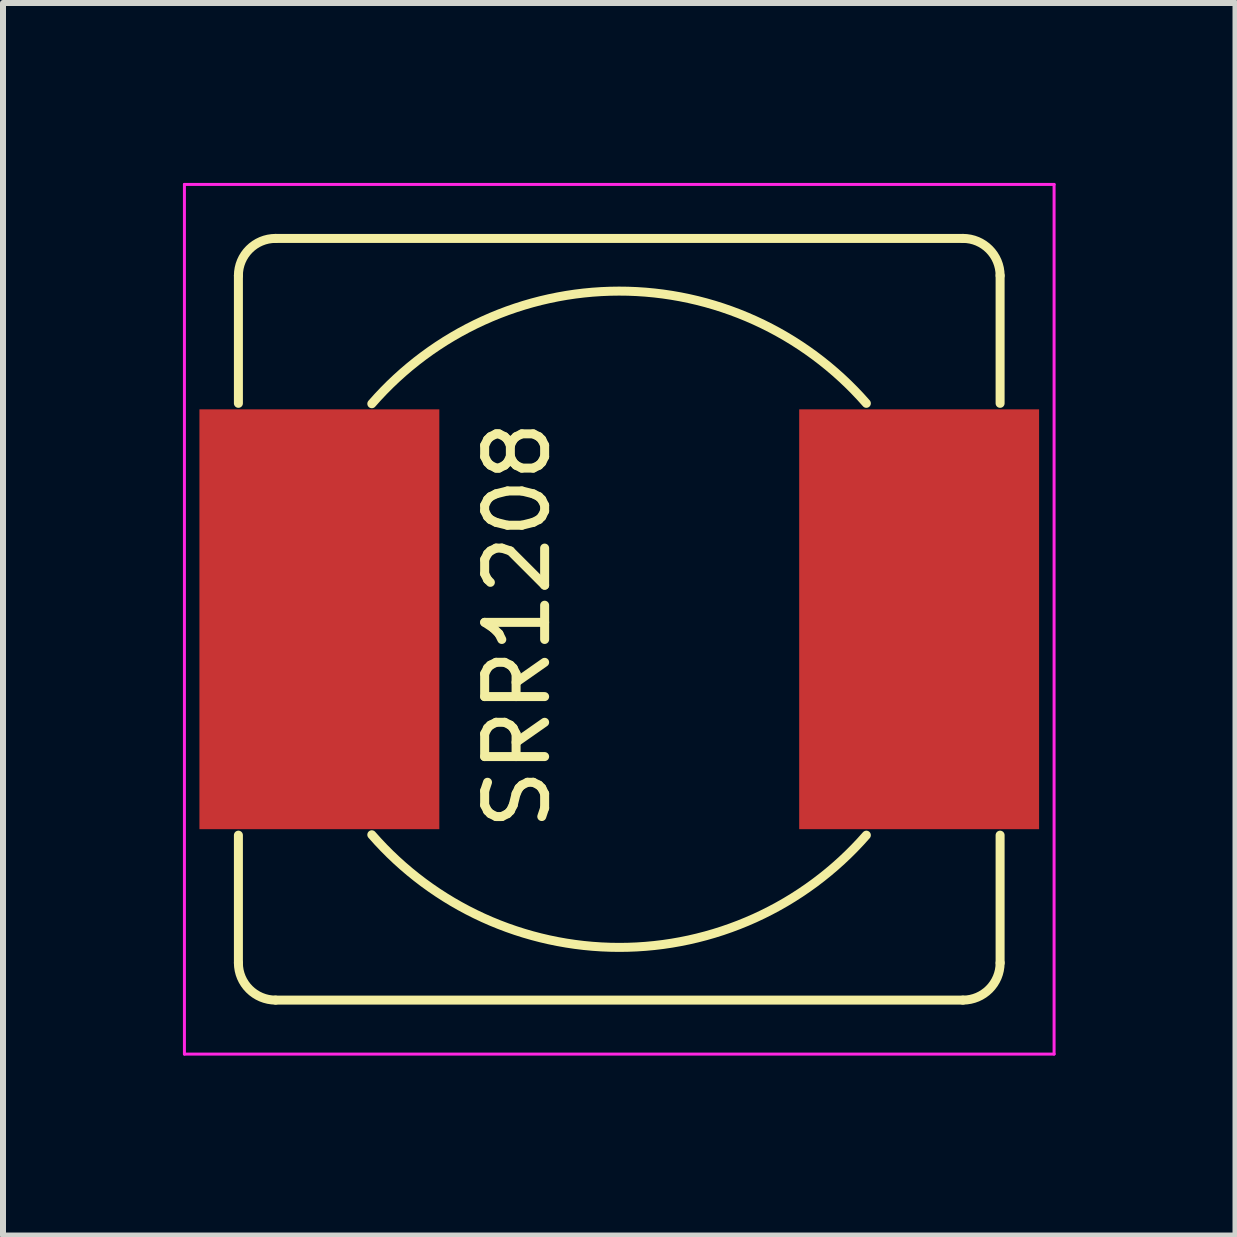
<source format=kicad_pcb>
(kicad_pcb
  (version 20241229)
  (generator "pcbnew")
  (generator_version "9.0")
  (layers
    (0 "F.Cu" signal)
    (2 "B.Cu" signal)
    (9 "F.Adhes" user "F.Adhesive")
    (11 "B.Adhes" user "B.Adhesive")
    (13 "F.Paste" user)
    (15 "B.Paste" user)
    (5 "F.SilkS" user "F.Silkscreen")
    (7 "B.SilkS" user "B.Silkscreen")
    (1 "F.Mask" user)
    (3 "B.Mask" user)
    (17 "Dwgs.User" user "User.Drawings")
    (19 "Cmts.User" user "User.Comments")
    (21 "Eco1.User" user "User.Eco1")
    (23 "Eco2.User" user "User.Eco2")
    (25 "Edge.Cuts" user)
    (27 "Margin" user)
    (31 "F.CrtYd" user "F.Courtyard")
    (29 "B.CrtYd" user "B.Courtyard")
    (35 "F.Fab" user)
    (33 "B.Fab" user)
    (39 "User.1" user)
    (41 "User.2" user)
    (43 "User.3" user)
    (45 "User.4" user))
  (footprint "SRR1208"
    (layer "F.Cu")
    (at 7.275 7.275)
    (property "Reference" "SRR1208" (at -1.699 0.099 90) (layer "F.SilkS") (effects (font (size 1 1) (thickness 0.15))))
    (attr smd)
    (fp_line (start -6.35 -3.6) (end -6.35 -5.73) (stroke (width 0.15) (type solid)) (layer "F.SilkS"))
    (fp_line (start -6.35 5.73) (end -6.35 3.6) (stroke (width 0.15) (type solid)) (layer "F.SilkS"))
    (fp_line (start -5.73 -6.35) (end 5.73 -6.35) (stroke (width 0.15) (type solid)) (layer "F.SilkS"))
    (fp_line (start 5.73 6.35) (end -5.73 6.35) (stroke (width 0.15) (type solid)) (layer "F.SilkS"))
    (fp_line (start 6.35 -5.73) (end 6.35 -3.6) (stroke (width 0.15) (type solid)) (layer "F.SilkS"))
    (fp_line (start 6.35 5.73) (end 6.35 3.6) (stroke (width 0.15) (type solid)) (layer "F.SilkS"))
    (fp_arc (start -6.35 -5.73) (mid -6.168406 -6.168406) (end -5.73 -6.35) (stroke (width 0.15) (type solid)) (layer "F.SilkS"))
    (fp_arc (start -5.73 6.35) (mid -6.168406 6.168406) (end -6.35 5.73) (stroke (width 0.15) (type solid)) (layer "F.SilkS"))
    (fp_arc (start -4.12584 -3.593305) (mid -0.004442 -5.471232) (end 4.12 -3.6) (stroke (width 0.15) (type solid)) (layer "F.SilkS"))
    (fp_arc (start 4.12 3.6) (mid -0.004442 5.471232) (end -4.12584 3.593305) (stroke (width 0.15) (type solid)) (layer "F.SilkS"))
    (fp_arc (start 5.73 -6.35) (mid 6.168406 -6.168406) (end 6.35 -5.73) (stroke (width 0.15) (type solid)) (layer "F.SilkS"))
    (fp_arc (start 6.35 5.73) (mid 6.168406 6.168406) (end 5.73 6.35) (stroke (width 0.15) (type solid)) (layer "F.SilkS"))
    (fp_line (start -7.25 -7.25) (end -7.25 7.25) (stroke (width 0.05) (type solid)) (layer "F.CrtYd"))
    (fp_line (start -7.25 7.25) (end 7.25 7.25) (stroke (width 0.05) (type solid)) (layer "F.CrtYd"))
    (fp_line (start 7.25 -7.25) (end -7.25 -7.25) (stroke (width 0.05) (type solid)) (layer "F.CrtYd"))
    (fp_line (start 7.25 7.25) (end 7.25 -7.25) (stroke (width 0.05) (type solid)) (layer "F.CrtYd"))
    (fp_text user "" (at 0 0 0) (layer "F.SilkS") (effects (font (size 1 1) (thickness 0.15))))
    (fp_text user "" (at 0 0 0) (layer "F.SilkS") (effects (font (size 1 1) (thickness 0.15))))
    (pad "1" smd rect (at -5 0) (size 4 7) (layers "F.Cu" "F.Mask" "F.Paste"))
    (pad "2" smd rect (at 5 0) (size 4 7) (layers "F.Cu" "F.Mask" "F.Paste")))
  (gr_rect
    (start -3 -3)
    (end 17.55 17.55)
    (stroke (width 0.1) (type default))
    (fill no)
    (layer "Edge.Cuts")))
</source>
